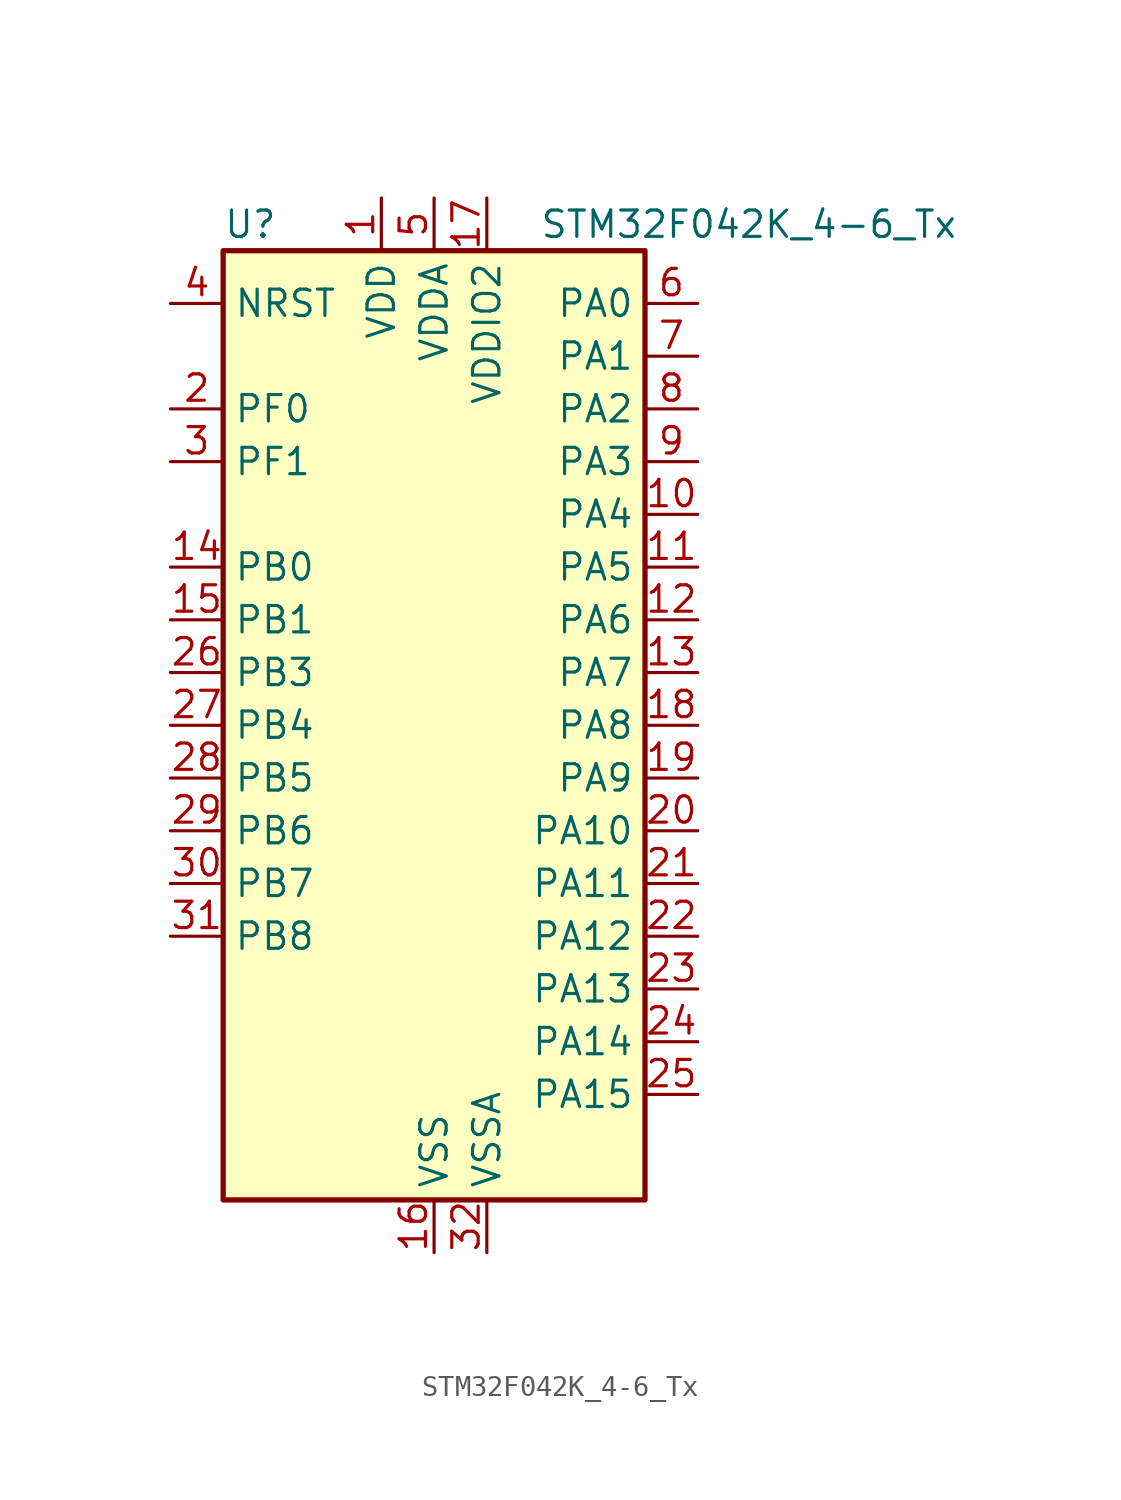
<source format=kicad_sym>
(kicad_symbol_lib
  (version 20220914)
  (generator kicad_symbol_editor)
  (symbol "STM32F042K_4-6_Tx"
    (property "Reference" "U"
      (at -10.16 24.13 0)
      (effects (font (size 1.27 1.27)) (justify left)))
    (property "Value" "STM32F042K_4-6_Tx"
      (at 5.08 24.13 0)
      (effects (font (size 1.27 1.27)) (justify left)))
    (property "ki_locked" ""
      (at 0 0 0)
      (effects (font (size 1.27 1.27))))
    (symbol "STM32F042K_4-6_Tx_0_1"
      (rectangle (start -10.16 -22.86) (end 10.16 22.86) (stroke (width 0.254) (type default)) (fill (type background))))
    (symbol "STM32F042K_4-6_Tx_1_1"
      (pin power_in line (at -2.54 25.4 270) (length 2.54) (name "VDD" (effects (font (size 1.27 1.27)))) (number "1" (effects (font (size 1.27 1.27)))))
      (pin bidirectional line (at 12.7 10.16 180) (length 2.54) (name "PA4" (effects (font (size 1.27 1.27)))) (number "10" (effects (font (size 1.27 1.27)))) (alternate "ADC_IN4" bidirectional line) (alternate "I2S1_WS" bidirectional line) (alternate "SPI1_NSS" bidirectional line) (alternate "TIM14_CH1" bidirectional line) (alternate "TSC_G2_IO1" bidirectional line) (alternate "USART2_CK" bidirectional line) (alternate "USB_NOE" bidirectional line))
      (pin bidirectional line (at 12.7 7.62 180) (length 2.54) (name "PA5" (effects (font (size 1.27 1.27)))) (number "11" (effects (font (size 1.27 1.27)))) (alternate "ADC_IN5" bidirectional line) (alternate "CEC" bidirectional line) (alternate "I2S1_CK" bidirectional line) (alternate "SPI1_SCK" bidirectional line) (alternate "TIM2_CH1" bidirectional line) (alternate "TIM2_ETR" bidirectional line) (alternate "TSC_G2_IO2" bidirectional line))
      (pin bidirectional line (at 12.7 5.08 180) (length 2.54) (name "PA6" (effects (font (size 1.27 1.27)))) (number "12" (effects (font (size 1.27 1.27)))) (alternate "ADC_IN6" bidirectional line) (alternate "I2S1_MCK" bidirectional line) (alternate "SPI1_MISO" bidirectional line) (alternate "TIM16_CH1" bidirectional line) (alternate "TIM1_BKIN" bidirectional line) (alternate "TIM3_CH1" bidirectional line) (alternate "TSC_G2_IO3" bidirectional line))
      (pin bidirectional line (at 12.7 2.54 180) (length 2.54) (name "PA7" (effects (font (size 1.27 1.27)))) (number "13" (effects (font (size 1.27 1.27)))) (alternate "ADC_IN7" bidirectional line) (alternate "I2S1_SD" bidirectional line) (alternate "SPI1_MOSI" bidirectional line) (alternate "TIM14_CH1" bidirectional line) (alternate "TIM17_CH1" bidirectional line) (alternate "TIM1_CH1N" bidirectional line) (alternate "TIM3_CH2" bidirectional line) (alternate "TSC_G2_IO4" bidirectional line))
      (pin bidirectional line (at -12.7 7.62 0) (length 2.54) (name "PB0" (effects (font (size 1.27 1.27)))) (number "14" (effects (font (size 1.27 1.27)))) (alternate "ADC_IN8" bidirectional line) (alternate "TIM1_CH2N" bidirectional line) (alternate "TIM3_CH3" bidirectional line) (alternate "TSC_G3_IO2" bidirectional line))
      (pin bidirectional line (at -12.7 5.08 0) (length 2.54) (name "PB1" (effects (font (size 1.27 1.27)))) (number "15" (effects (font (size 1.27 1.27)))) (alternate "ADC_IN9" bidirectional line) (alternate "TIM14_CH1" bidirectional line) (alternate "TIM1_CH3N" bidirectional line) (alternate "TIM3_CH4" bidirectional line) (alternate "TSC_G3_IO3" bidirectional line))
      (pin power_in line (at 0 -25.4 90) (length 2.54) (name "VSS" (effects (font (size 1.27 1.27)))) (number "16" (effects (font (size 1.27 1.27)))))
      (pin power_in line (at 2.54 25.4 270) (length 2.54) (name "VDDIO2" (effects (font (size 1.27 1.27)))) (number "17" (effects (font (size 1.27 1.27)))))
      (pin bidirectional line (at 12.7 0 180) (length 2.54) (name "PA8" (effects (font (size 1.27 1.27)))) (number "18" (effects (font (size 1.27 1.27)))) (alternate "CRS_SYNC" bidirectional line) (alternate "RCC_MCO" bidirectional line) (alternate "TIM1_CH1" bidirectional line) (alternate "USART1_CK" bidirectional line))
      (pin bidirectional line (at 12.7 -2.54 180) (length 2.54) (name "PA9" (effects (font (size 1.27 1.27)))) (number "19" (effects (font (size 1.27 1.27)))) (alternate "I2C1_SCL" bidirectional line) (alternate "TIM1_CH2" bidirectional line) (alternate "TSC_G4_IO1" bidirectional line) (alternate "USART1_TX" bidirectional line))
      (pin bidirectional line (at -12.7 15.24 0) (length 2.54) (name "PF0" (effects (font (size 1.27 1.27)))) (number "2" (effects (font (size 1.27 1.27)))) (alternate "CRS_SYNC" bidirectional line) (alternate "I2C1_SDA" bidirectional line) (alternate "RCC_OSC_IN" bidirectional line))
      (pin bidirectional line (at 12.7 -5.08 180) (length 2.54) (name "PA10" (effects (font (size 1.27 1.27)))) (number "20" (effects (font (size 1.27 1.27)))) (alternate "I2C1_SDA" bidirectional line) (alternate "TIM17_BKIN" bidirectional line) (alternate "TIM1_CH3" bidirectional line) (alternate "TSC_G4_IO2" bidirectional line) (alternate "USART1_RX" bidirectional line))
      (pin bidirectional line (at 12.7 -7.62 180) (length 2.54) (name "PA11" (effects (font (size 1.27 1.27)))) (number "21" (effects (font (size 1.27 1.27)))) (alternate "CAN_RX" bidirectional line) (alternate "I2C1_SCL" bidirectional line) (alternate "TIM1_CH4" bidirectional line) (alternate "TSC_G4_IO3" bidirectional line) (alternate "USART1_CTS" bidirectional line) (alternate "USB_DM" bidirectional line))
      (pin bidirectional line (at 12.7 -10.16 180) (length 2.54) (name "PA12" (effects (font (size 1.27 1.27)))) (number "22" (effects (font (size 1.27 1.27)))) (alternate "CAN_TX" bidirectional line) (alternate "I2C1_SDA" bidirectional line) (alternate "TIM1_ETR" bidirectional line) (alternate "TSC_G4_IO4" bidirectional line) (alternate "USART1_DE" bidirectional line) (alternate "USART1_RTS" bidirectional line) (alternate "USB_DP" bidirectional line))
      (pin bidirectional line (at 12.7 -12.7 180) (length 2.54) (name "PA13" (effects (font (size 1.27 1.27)))) (number "23" (effects (font (size 1.27 1.27)))) (alternate "IR_OUT" bidirectional line) (alternate "SYS_SWDIO" bidirectional line) (alternate "USB_NOE" bidirectional line))
      (pin bidirectional line (at 12.7 -15.24 180) (length 2.54) (name "PA14" (effects (font (size 1.27 1.27)))) (number "24" (effects (font (size 1.27 1.27)))) (alternate "SYS_SWCLK" bidirectional line) (alternate "USART2_TX" bidirectional line))
      (pin bidirectional line (at 12.7 -17.78 180) (length 2.54) (name "PA15" (effects (font (size 1.27 1.27)))) (number "25" (effects (font (size 1.27 1.27)))) (alternate "I2S1_WS" bidirectional line) (alternate "SPI1_NSS" bidirectional line) (alternate "TIM2_CH1" bidirectional line) (alternate "TIM2_ETR" bidirectional line) (alternate "USART2_RX" bidirectional line) (alternate "USB_NOE" bidirectional line))
      (pin bidirectional line (at -12.7 2.54 0) (length 2.54) (name "PB3" (effects (font (size 1.27 1.27)))) (number "26" (effects (font (size 1.27 1.27)))) (alternate "I2S1_CK" bidirectional line) (alternate "SPI1_SCK" bidirectional line) (alternate "TIM2_CH2" bidirectional line) (alternate "TSC_G5_IO1" bidirectional line))
      (pin bidirectional line (at -12.7 0 0) (length 2.54) (name "PB4" (effects (font (size 1.27 1.27)))) (number "27" (effects (font (size 1.27 1.27)))) (alternate "I2S1_MCK" bidirectional line) (alternate "SPI1_MISO" bidirectional line) (alternate "TIM17_BKIN" bidirectional line) (alternate "TIM3_CH1" bidirectional line) (alternate "TSC_G5_IO2" bidirectional line))
      (pin bidirectional line (at -12.7 -2.54 0) (length 2.54) (name "PB5" (effects (font (size 1.27 1.27)))) (number "28" (effects (font (size 1.27 1.27)))) (alternate "I2C1_SMBA" bidirectional line) (alternate "I2S1_SD" bidirectional line) (alternate "SPI1_MOSI" bidirectional line) (alternate "SYS_WKUP6" bidirectional line) (alternate "TIM16_BKIN" bidirectional line) (alternate "TIM3_CH2" bidirectional line))
      (pin bidirectional line (at -12.7 -5.08 0) (length 2.54) (name "PB6" (effects (font (size 1.27 1.27)))) (number "29" (effects (font (size 1.27 1.27)))) (alternate "I2C1_SCL" bidirectional line) (alternate "TIM16_CH1N" bidirectional line) (alternate "TSC_G5_IO3" bidirectional line) (alternate "USART1_TX" bidirectional line))
      (pin bidirectional line (at -12.7 12.7 0) (length 2.54) (name "PF1" (effects (font (size 1.27 1.27)))) (number "3" (effects (font (size 1.27 1.27)))) (alternate "I2C1_SCL" bidirectional line) (alternate "RCC_OSC_OUT" bidirectional line))
      (pin bidirectional line (at -12.7 -7.62 0) (length 2.54) (name "PB7" (effects (font (size 1.27 1.27)))) (number "30" (effects (font (size 1.27 1.27)))) (alternate "I2C1_SDA" bidirectional line) (alternate "TIM17_CH1N" bidirectional line) (alternate "TSC_G5_IO4" bidirectional line) (alternate "USART1_RX" bidirectional line))
      (pin bidirectional line (at -12.7 -10.16 0) (length 2.54) (name "PB8" (effects (font (size 1.27 1.27)))) (number "31" (effects (font (size 1.27 1.27)))) (alternate "CAN_RX" bidirectional line) (alternate "CEC" bidirectional line) (alternate "I2C1_SCL" bidirectional line) (alternate "TIM16_CH1" bidirectional line) (alternate "TSC_SYNC" bidirectional line))
      (pin power_in line (at 2.54 -25.4 90) (length 2.54) (name "VSSA" (effects (font (size 1.27 1.27)))) (number "32" (effects (font (size 1.27 1.27)))))
      (pin input line (at -12.7 20.32 0) (length 2.54) (name "NRST" (effects (font (size 1.27 1.27)))) (number "4" (effects (font (size 1.27 1.27)))))
      (pin power_in line (at 0 25.4 270) (length 2.54) (name "VDDA" (effects (font (size 1.27 1.27)))) (number "5" (effects (font (size 1.27 1.27)))))
      (pin bidirectional line (at 12.7 20.32 180) (length 2.54) (name "PA0" (effects (font (size 1.27 1.27)))) (number "6" (effects (font (size 1.27 1.27)))) (alternate "ADC_IN0" bidirectional line) (alternate "RTC_TAMP2" bidirectional line) (alternate "SYS_WKUP1" bidirectional line) (alternate "TIM2_CH1" bidirectional line) (alternate "TIM2_ETR" bidirectional line) (alternate "TSC_G1_IO1" bidirectional line) (alternate "USART2_CTS" bidirectional line))
      (pin bidirectional line (at 12.7 17.78 180) (length 2.54) (name "PA1" (effects (font (size 1.27 1.27)))) (number "7" (effects (font (size 1.27 1.27)))) (alternate "ADC_IN1" bidirectional line) (alternate "TIM2_CH2" bidirectional line) (alternate "TSC_G1_IO2" bidirectional line) (alternate "USART2_DE" bidirectional line) (alternate "USART2_RTS" bidirectional line))
      (pin bidirectional line (at 12.7 15.24 180) (length 2.54) (name "PA2" (effects (font (size 1.27 1.27)))) (number "8" (effects (font (size 1.27 1.27)))) (alternate "ADC_IN2" bidirectional line) (alternate "SYS_WKUP4" bidirectional line) (alternate "TIM2_CH3" bidirectional line) (alternate "TSC_G1_IO3" bidirectional line) (alternate "USART2_TX" bidirectional line))
      (pin bidirectional line (at 12.7 12.7 180) (length 2.54) (name "PA3" (effects (font (size 1.27 1.27)))) (number "9" (effects (font (size 1.27 1.27)))) (alternate "ADC_IN3" bidirectional line) (alternate "TIM2_CH4" bidirectional line) (alternate "TSC_G1_IO4" bidirectional line) (alternate "USART2_RX" bidirectional line)))))
</source>
